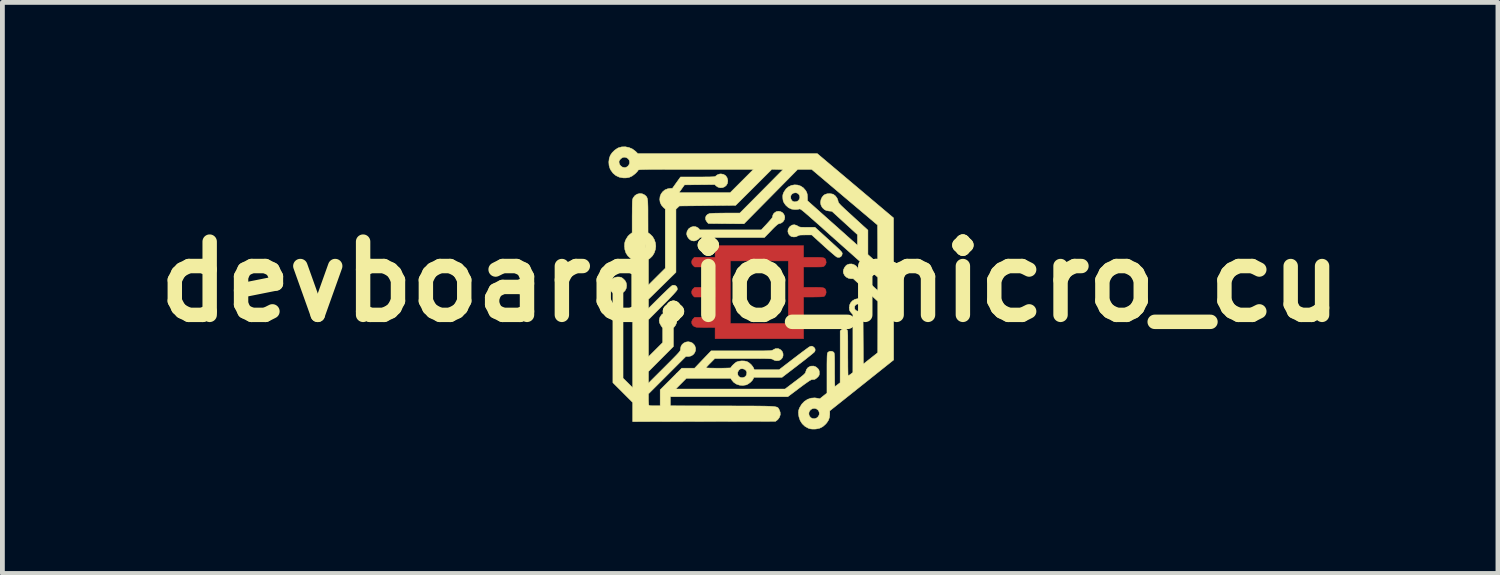
<source format=kicad_pcb>
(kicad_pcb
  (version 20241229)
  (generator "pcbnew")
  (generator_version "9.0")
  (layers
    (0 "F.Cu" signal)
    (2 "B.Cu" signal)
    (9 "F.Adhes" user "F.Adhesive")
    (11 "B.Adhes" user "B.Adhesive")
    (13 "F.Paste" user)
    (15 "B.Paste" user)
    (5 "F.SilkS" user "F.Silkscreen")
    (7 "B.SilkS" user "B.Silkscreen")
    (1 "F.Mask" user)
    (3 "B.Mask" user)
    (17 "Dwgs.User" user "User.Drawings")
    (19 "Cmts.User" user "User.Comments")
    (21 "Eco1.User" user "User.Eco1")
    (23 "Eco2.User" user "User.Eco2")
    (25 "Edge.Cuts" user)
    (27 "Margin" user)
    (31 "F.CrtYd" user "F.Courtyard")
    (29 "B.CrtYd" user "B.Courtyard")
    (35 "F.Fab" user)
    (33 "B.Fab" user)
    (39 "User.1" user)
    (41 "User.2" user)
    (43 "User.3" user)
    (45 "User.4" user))
  (footprint "devboard.io_micro_cu"
    (layer "F.Cu")
    (at 12.562 2.813)
    (property "Reference" "devboard.io_micro_cu" (at 0 0 0) (layer "F.SilkS") (effects (font (size 1.524 1.524) (thickness 0.3))))
    (attr through_hole)
    (fp_poly (pts (xy 1.111 -0.508) (xy 1.315 -0.508) (xy 1.393 -0.508) (xy 1.452 -0.506) (xy 1.495 -0.503) (xy 1.526 -0.497) (xy 1.547 -0.489) (xy 1.561 -0.476) (xy 1.57 -0.458) (xy 1.576 -0.441) (xy 1.582 -0.396) (xy 1.566 -0.355) (xy 1.544 -0.329) (xy 1.534 -0.321) (xy 1.523 -0.316) (xy 1.507 -0.312) (xy 1.482 -0.309) (xy 1.446 -0.308) (xy 1.395 -0.307) (xy 1.327 -0.307) (xy 1.316 -0.307) (xy 1.111 -0.307) (xy 1.111 0.116) (xy 1.313 0.116) (xy 1.391 0.117) (xy 1.45 0.118) (xy 1.494 0.122) (xy 1.526 0.128) (xy 1.547 0.138) (xy 1.562 0.151) (xy 1.571 0.17) (xy 1.577 0.185) (xy 1.581 0.224) (xy 1.571 0.263) (xy 1.551 0.295) (xy 1.536 0.306) (xy 1.517 0.31) (xy 1.479 0.314) (xy 1.425 0.316) (xy 1.355 0.317) (xy 1.313 0.318) (xy 1.111 0.318) (xy 1.111 0.741) (xy 1.521 0.741) (xy 1.548 0.768) (xy 1.576 0.808) (xy 1.583 0.85) (xy 1.572 0.888) (xy 1.561 0.907) (xy 1.548 0.922) (xy 1.529 0.932) (xy 1.503 0.94) (xy 1.466 0.945) (xy 1.415 0.948) (xy 1.348 0.95) (xy 1.31 0.951) (xy 1.111 0.954) (xy 1.111 1.185) (xy -0.73 1.185) (xy -0.73 0.953) (xy -0.908 0.952) (xy -0.97 0.952) (xy -1.028 0.951) (xy -1.076 0.949) (xy -1.111 0.947) (xy -1.124 0.946) (xy -1.169 0.93) (xy -1.2 0.901) (xy -1.216 0.865) (xy -1.216 0.825) (xy -1.198 0.786) (xy -1.186 0.772) (xy -1.155 0.741) (xy -0.73 0.741) (xy -0.73 0.318) (xy -1.161 0.318) (xy -1.189 0.29) (xy -1.213 0.253) (xy -1.219 0.211) (xy -1.207 0.171) (xy -1.185 0.144) (xy -1.152 0.116) (xy -0.73 0.116) (xy -0.73 -0.307) (xy -0.941 -0.307) (xy -1.152 -0.307) (xy -1.185 -0.334) (xy -1.211 -0.369) (xy -1.219 -0.409) (xy -1.214 -0.434) (xy -0.413 -0.434) (xy -0.413 0.868) (xy 0.794 0.868) (xy 0.794 -0.434) (xy -0.413 -0.434) (xy -1.214 -0.434) (xy -1.21 -0.45) (xy -1.189 -0.48) (xy -1.161 -0.508) (xy -0.73 -0.508) (xy -0.73 -0.751) (xy 1.111 -0.751) (xy 1.111 -0.508)) (stroke (width 0.01) (type solid)) (fill yes) (layer "F.Cu"))
    (fp_poly (pts (xy 1.111 -0.508) (xy 1.315 -0.508) (xy 1.393 -0.508) (xy 1.452 -0.506) (xy 1.495 -0.503) (xy 1.526 -0.497) (xy 1.547 -0.489) (xy 1.561 -0.476) (xy 1.57 -0.458) (xy 1.576 -0.441) (xy 1.582 -0.396) (xy 1.566 -0.355) (xy 1.544 -0.329) (xy 1.534 -0.321) (xy 1.523 -0.316) (xy 1.507 -0.312) (xy 1.482 -0.309) (xy 1.446 -0.308) (xy 1.395 -0.307) (xy 1.327 -0.307) (xy 1.316 -0.307) (xy 1.111 -0.307) (xy 1.111 0.116) (xy 1.313 0.116) (xy 1.391 0.117) (xy 1.45 0.118) (xy 1.494 0.122) (xy 1.526 0.128) (xy 1.547 0.138) (xy 1.562 0.151) (xy 1.571 0.17) (xy 1.577 0.185) (xy 1.581 0.224) (xy 1.571 0.263) (xy 1.551 0.295) (xy 1.536 0.306) (xy 1.517 0.31) (xy 1.479 0.314) (xy 1.425 0.316) (xy 1.355 0.317) (xy 1.313 0.318) (xy 1.111 0.318) (xy 1.111 0.741) (xy 1.521 0.741) (xy 1.548 0.768) (xy 1.576 0.808) (xy 1.583 0.85) (xy 1.572 0.888) (xy 1.561 0.907) (xy 1.548 0.922) (xy 1.529 0.932) (xy 1.503 0.94) (xy 1.466 0.945) (xy 1.415 0.948) (xy 1.348 0.95) (xy 1.31 0.951) (xy 1.111 0.954) (xy 1.111 1.185) (xy -0.73 1.185) (xy -0.73 0.953) (xy -0.908 0.952) (xy -0.97 0.952) (xy -1.028 0.951) (xy -1.076 0.949) (xy -1.111 0.947) (xy -1.124 0.946) (xy -1.169 0.93) (xy -1.2 0.901) (xy -1.216 0.865) (xy -1.216 0.825) (xy -1.198 0.786) (xy -1.186 0.772) (xy -1.155 0.741) (xy -0.73 0.741) (xy -0.73 0.318) (xy -1.161 0.318) (xy -1.189 0.29) (xy -1.213 0.253) (xy -1.219 0.211) (xy -1.207 0.171) (xy -1.185 0.144) (xy -1.152 0.116) (xy -0.73 0.116) (xy -0.73 -0.307) (xy -0.941 -0.307) (xy -1.152 -0.307) (xy -1.185 -0.334) (xy -1.211 -0.369) (xy -1.219 -0.409) (xy -1.214 -0.434) (xy -0.413 -0.434) (xy -0.413 0.868) (xy 0.794 0.868) (xy 0.794 -0.434) (xy -0.413 -0.434) (xy -1.214 -0.434) (xy -1.21 -0.45) (xy -1.189 -0.48) (xy -1.161 -0.508) (xy -0.73 -0.508) (xy -0.73 -0.751) (xy 1.111 -0.751) (xy 1.111 -0.508)) (stroke (width 0.01) (type solid)) (fill yes) (layer "F.Mask"))
    (fp_poly (pts (xy 0.63 -1.46) (xy 0.669 -1.44) (xy 0.699 -1.407) (xy 0.717 -1.364) (xy 0.72 -1.338) (xy 0.71 -1.29) (xy 0.683 -1.249) (xy 0.644 -1.221) (xy 0.614 -1.212) (xy 0.597 -1.207) (xy 0.58 -1.199) (xy 0.559 -1.184) (xy 0.532 -1.16) (xy 0.496 -1.126) (xy 0.45 -1.079) (xy 0.435 -1.063) (xy 0.297 -0.921) (xy -1.044 -0.921) (xy -1.069 -0.894) (xy -1.091 -0.877) (xy -1.121 -0.862) (xy -1.151 -0.851) (xy -1.173 -0.848) (xy -1.175 -0.848) (xy -1.188 -0.851) (xy -1.21 -0.854) (xy -1.235 -0.864) (xy -1.264 -0.885) (xy -1.275 -0.895) (xy -1.308 -0.941) (xy -1.322 -0.991) (xy -1.315 -1.042) (xy -1.289 -1.09) (xy -1.275 -1.106) (xy -1.231 -1.136) (xy -1.181 -1.149) (xy -1.131 -1.144) (xy -1.085 -1.121) (xy -1.065 -1.102) (xy -1.044 -1.079) (xy 0.231 -1.079) (xy 0.346 -1.202) (xy 0.385 -1.245) (xy 0.419 -1.284) (xy 0.445 -1.315) (xy 0.46 -1.336) (xy 0.463 -1.342) (xy 0.471 -1.38) (xy 0.481 -1.405) (xy 0.497 -1.425) (xy 0.503 -1.431) (xy 0.542 -1.458) (xy 0.586 -1.467) (xy 0.63 -1.46)) (stroke (width 0.01) (type solid)) (fill yes) (layer "F.SilkS"))
    (fp_poly (pts (xy 0.967 -1.172) (xy 0.989 -1.159) (xy 1.005 -1.149) (xy 1.02 -1.142) (xy 1.04 -1.137) (xy 1.067 -1.134) (xy 1.106 -1.133) (xy 1.16 -1.132) (xy 1.188 -1.132) (xy 1.349 -1.132) (xy 1.572 -0.93) (xy 1.654 -0.855) (xy 1.722 -0.793) (xy 1.777 -0.743) (xy 1.821 -0.702) (xy 1.854 -0.671) (xy 1.878 -0.646) (xy 1.895 -0.628) (xy 1.906 -0.614) (xy 1.912 -0.604) (xy 1.915 -0.595) (xy 1.916 -0.587) (xy 1.916 -0.586) (xy 1.907 -0.546) (xy 1.883 -0.519) (xy 1.85 -0.506) (xy 1.81 -0.511) (xy 1.804 -0.513) (xy 1.788 -0.524) (xy 1.76 -0.546) (xy 1.72 -0.58) (xy 1.671 -0.622) (xy 1.615 -0.671) (xy 1.554 -0.725) (xy 1.527 -0.75) (xy 1.281 -0.974) (xy 1.147 -0.974) (xy 1.091 -0.973) (xy 1.051 -0.972) (xy 1.024 -0.969) (xy 1.005 -0.963) (xy 0.991 -0.955) (xy 0.987 -0.953) (xy 0.952 -0.936) (xy 0.907 -0.932) (xy 0.863 -0.94) (xy 0.852 -0.944) (xy 0.829 -0.961) (xy 0.806 -0.987) (xy 0.803 -0.992) (xy 0.785 -1.038) (xy 0.788 -1.085) (xy 0.811 -1.13) (xy 0.83 -1.151) (xy 0.873 -1.179) (xy 0.919 -1.186) (xy 0.967 -1.172)) (stroke (width 0.01) (type solid)) (fill yes) (layer "F.SilkS"))
    (fp_poly (pts (xy -2.523 -2.793) (xy -2.452 -2.763) (xy -2.39 -2.717) (xy -2.382 -2.71) (xy -2.339 -2.667) (xy 1.395 -2.667) (xy 2.983 -1.328) (xy 2.984 0.15) (xy 2.985 1.628) (xy 2.32 2.158) (xy 1.656 2.687) (xy 1.656 2.759) (xy 1.649 2.823) (xy 1.63 2.88) (xy 1.595 2.934) (xy 1.566 2.967) (xy 1.51 3.016) (xy 1.447 3.048) (xy 1.373 3.064) (xy 1.344 3.066) (xy 1.292 3.066) (xy 1.251 3.061) (xy 1.211 3.048) (xy 1.207 3.047) (xy 1.14 3.009) (xy 1.083 2.955) (xy 1.041 2.889) (xy 1.015 2.813) (xy 1.007 2.755) (xy 1.007 2.729) (xy 1.221 2.729) (xy 1.224 2.77) (xy 1.233 2.794) (xy 1.261 2.829) (xy 1.299 2.848) (xy 1.342 2.851) (xy 1.383 2.836) (xy 1.41 2.814) (xy 1.435 2.774) (xy 1.44 2.731) (xy 1.426 2.689) (xy 1.408 2.666) (xy 1.372 2.642) (xy 1.332 2.634) (xy 1.294 2.642) (xy 1.26 2.662) (xy 1.235 2.692) (xy 1.221 2.729) (xy 1.007 2.729) (xy 1.006 2.709) (xy 1.01 2.674) (xy 1.021 2.641) (xy 1.029 2.622) (xy 1.073 2.549) (xy 1.129 2.49) (xy 1.194 2.448) (xy 1.267 2.423) (xy 1.345 2.417) (xy 1.392 2.424) (xy 1.449 2.436) (xy 1.524 2.376) (xy 1.598 2.317) (xy 1.598 1.906) (xy 1.598 1.801) (xy 1.598 1.716) (xy 1.599 1.647) (xy 1.6 1.594) (xy 1.601 1.553) (xy 1.603 1.524) (xy 1.605 1.503) (xy 1.608 1.488) (xy 1.612 1.478) (xy 1.617 1.471) (xy 1.618 1.47) (xy 1.646 1.451) (xy 1.681 1.446) (xy 1.717 1.454) (xy 1.735 1.465) (xy 1.741 1.471) (xy 1.746 1.479) (xy 1.749 1.491) (xy 1.752 1.509) (xy 1.754 1.536) (xy 1.756 1.573) (xy 1.756 1.623) (xy 1.757 1.689) (xy 1.757 1.772) (xy 1.757 1.833) (xy 1.757 1.916) (xy 1.758 1.992) (xy 1.758 2.059) (xy 1.759 2.113) (xy 1.761 2.153) (xy 1.762 2.176) (xy 1.763 2.18) (xy 1.774 2.174) (xy 1.797 2.159) (xy 1.821 2.14) (xy 1.872 2.101) (xy 1.873 1.563) (xy 1.873 1.026) (xy 1.899 1) (xy 1.933 0.978) (xy 1.97 0.976) (xy 2.005 0.992) (xy 2.009 0.995) (xy 2.014 1.001) (xy 2.019 1.007) (xy 2.023 1.016) (xy 2.026 1.03) (xy 2.028 1.051) (xy 2.029 1.081) (xy 2.031 1.12) (xy 2.031 1.173) (xy 2.032 1.239) (xy 2.032 1.322) (xy 2.032 1.424) (xy 2.032 1.487) (xy 2.032 1.585) (xy 2.033 1.676) (xy 2.033 1.757) (xy 2.034 1.828) (xy 2.035 1.885) (xy 2.036 1.927) (xy 2.038 1.952) (xy 2.039 1.958) (xy 2.051 1.952) (xy 2.073 1.937) (xy 2.091 1.924) (xy 2.137 1.889) (xy 2.138 1.288) (xy 2.138 0.686) (xy 2.101 0.643) (xy 2.078 0.613) (xy 2.067 0.587) (xy 2.064 0.554) (xy 2.064 0.543) (xy 2.064 0.541) (xy 2.17 0.541) (xy 2.179 0.574) (xy 2.202 0.599) (xy 2.233 0.612) (xy 2.267 0.61) (xy 2.297 0.593) (xy 2.314 0.563) (xy 2.317 0.527) (xy 2.307 0.494) (xy 2.297 0.482) (xy 2.264 0.464) (xy 2.23 0.464) (xy 2.199 0.479) (xy 2.177 0.506) (xy 2.17 0.541) (xy 2.064 0.541) (xy 2.07 0.484) (xy 2.091 0.438) (xy 2.127 0.398) (xy 2.18 0.366) (xy 2.236 0.353) (xy 2.291 0.359) (xy 2.342 0.382) (xy 2.385 0.423) (xy 2.408 0.46) (xy 2.427 0.514) (xy 2.429 0.563) (xy 2.411 0.612) (xy 2.386 0.65) (xy 2.349 0.697) (xy 2.355 1.714) (xy 2.505 1.595) (xy 2.655 1.476) (xy 2.656 0.941) (xy 2.656 0.407) (xy 2.401 0.172) (xy 2.145 -0.064) (xy 2.095 -0.064) (xy 2.044 -0.073) (xy 1.998 -0.098) (xy 1.962 -0.136) (xy 1.941 -0.182) (xy 1.937 -0.215) (xy 1.945 -0.256) (xy 1.966 -0.299) (xy 1.995 -0.335) (xy 2.014 -0.35) (xy 2.062 -0.368) (xy 2.113 -0.37) (xy 2.161 -0.355) (xy 2.203 -0.328) (xy 2.235 -0.29) (xy 2.252 -0.244) (xy 2.254 -0.221) (xy 2.255 -0.208) (xy 2.259 -0.195) (xy 2.268 -0.18) (xy 2.284 -0.161) (xy 2.309 -0.136) (xy 2.344 -0.102) (xy 2.392 -0.057) (xy 2.431 -0.02) (xy 2.483 0.028) (xy 2.532 0.072) (xy 2.573 0.11) (xy 2.606 0.14) (xy 2.627 0.158) (xy 2.632 0.162) (xy 2.656 0.181) (xy 2.656 -0.092) (xy 2.348 -0.366) (xy 2.281 -0.426) (xy 2.2 -0.497) (xy 2.11 -0.578) (xy 2.012 -0.665) (xy 1.908 -0.757) (xy 1.803 -0.851) (xy 1.698 -0.944) (xy 1.596 -1.035) (xy 1.544 -1.082) (xy 1.443 -1.172) (xy 1.356 -1.249) (xy 1.283 -1.313) (xy 1.222 -1.367) (xy 1.172 -1.41) (xy 1.132 -1.445) (xy 1.1 -1.471) (xy 1.076 -1.49) (xy 1.058 -1.503) (xy 1.044 -1.511) (xy 1.034 -1.514) (xy 1.027 -1.515) (xy 1.021 -1.513) (xy 0.995 -1.507) (xy 0.958 -1.504) (xy 0.933 -1.503) (xy 0.861 -1.512) (xy 0.798 -1.541) (xy 0.745 -1.588) (xy 0.724 -1.615) (xy 0.7 -1.652) (xy 0.687 -1.683) (xy 0.681 -1.719) (xy 0.679 -1.744) (xy 0.679 -1.749) (xy 0.841 -1.749) (xy 0.851 -1.716) (xy 0.868 -1.69) (xy 0.886 -1.673) (xy 0.886 -1.673) (xy 0.924 -1.662) (xy 0.965 -1.667) (xy 1 -1.685) (xy 1.025 -1.719) (xy 1.034 -1.757) (xy 1.027 -1.794) (xy 1.007 -1.825) (xy 0.976 -1.846) (xy 0.942 -1.852) (xy 0.898 -1.844) (xy 0.865 -1.821) (xy 0.845 -1.788) (xy 0.841 -1.749) (xy 0.679 -1.749) (xy 0.678 -1.787) (xy 0.683 -1.819) (xy 0.695 -1.85) (xy 0.706 -1.873) (xy 0.748 -1.933) (xy 0.8 -1.977) (xy 0.86 -2.005) (xy 0.924 -2.016) (xy 0.988 -2.012) (xy 1.05 -1.991) (xy 1.106 -1.954) (xy 1.153 -1.9) (xy 1.161 -1.887) (xy 1.178 -1.854) (xy 1.187 -1.822) (xy 1.191 -1.782) (xy 1.192 -1.761) (xy 1.193 -1.685) (xy 1.689 -1.243) (xy 1.777 -1.165) (xy 1.861 -1.09) (xy 1.939 -1.021) (xy 2.009 -0.958) (xy 2.072 -0.902) (xy 2.124 -0.855) (xy 2.166 -0.819) (xy 2.194 -0.793) (xy 2.208 -0.78) (xy 2.209 -0.78) (xy 2.233 -0.758) (xy 2.233 -0.98) (xy 1.967 -1.223) (xy 1.701 -1.466) (xy 1.639 -1.472) (xy 1.586 -1.482) (xy 1.545 -1.502) (xy 1.509 -1.536) (xy 1.496 -1.552) (xy 1.472 -1.599) (xy 1.465 -1.653) (xy 1.473 -1.707) (xy 1.496 -1.758) (xy 1.531 -1.799) (xy 1.558 -1.816) (xy 1.601 -1.83) (xy 1.652 -1.833) (xy 1.702 -1.827) (xy 1.733 -1.817) (xy 1.775 -1.784) (xy 1.808 -1.739) (xy 1.827 -1.689) (xy 1.829 -1.68) (xy 1.831 -1.668) (xy 1.834 -1.657) (xy 1.841 -1.644) (xy 1.853 -1.628) (xy 1.871 -1.608) (xy 1.896 -1.582) (xy 1.931 -1.549) (xy 1.976 -1.506) (xy 2.034 -1.453) (xy 2.104 -1.389) (xy 2.142 -1.354) (xy 2.45 -1.073) (xy 2.45 -0.566) (xy 2.547 -0.479) (xy 2.585 -0.445) (xy 2.616 -0.418) (xy 2.639 -0.399) (xy 2.65 -0.392) (xy 2.65 -0.392) (xy 2.652 -0.402) (xy 2.653 -0.431) (xy 2.654 -0.476) (xy 2.654 -0.536) (xy 2.654 -0.608) (xy 2.654 -0.689) (xy 2.654 -0.777) (xy 2.654 -0.786) (xy 2.651 -1.18) (xy 1.965 -1.759) (xy 1.279 -2.339) (xy 1.134 -2.339) (xy 0.99 -2.339) (xy 0.43 -1.772) (xy -0.129 -1.206) (xy -0.5 -1.209) (xy -0.87 -1.212) (xy -0.9 -1.246) (xy -0.925 -1.287) (xy -0.93 -1.329) (xy -0.918 -1.368) (xy -0.889 -1.399) (xy -0.849 -1.418) (xy -0.827 -1.421) (xy -0.787 -1.423) (xy -0.731 -1.426) (xy -0.663 -1.427) (xy -0.584 -1.428) (xy -0.512 -1.429) (xy -0.215 -1.429) (xy 0.234 -1.881) (xy 0.683 -2.334) (xy 0.567 -2.337) (xy 0.451 -2.34) (xy 0.075 -1.965) (xy -0.302 -1.59) (xy -1.473 -1.577) (xy -1.509 -1.543) (xy -1.545 -1.509) (xy -1.545 -0.852) (xy -1.545 -0.196) (xy -2.117 0.365) (xy -2.117 0.555) (xy -1.881 0.32) (xy -1.822 0.262) (xy -1.767 0.209) (xy -1.717 0.161) (xy -1.676 0.123) (xy -1.644 0.095) (xy -1.624 0.079) (xy -1.619 0.076) (xy -1.582 0.072) (xy -1.549 0.085) (xy -1.525 0.11) (xy -1.516 0.145) (xy -1.518 0.166) (xy -1.528 0.183) (xy -1.554 0.214) (xy -1.595 0.26) (xy -1.652 0.32) (xy -1.724 0.395) (xy -1.812 0.483) (xy -1.821 0.492) (xy -2.117 0.789) (xy -2.117 1.175) (xy -2.117 1.561) (xy -1.968 1.413) (xy -1.82 1.265) (xy -1.82 0.965) (xy -1.857 0.91) (xy -1.886 0.856) (xy -1.894 0.805) (xy -1.883 0.753) (xy -1.873 0.73) (xy -1.838 0.681) (xy -1.791 0.647) (xy -1.739 0.629) (xy -1.684 0.628) (xy -1.63 0.645) (xy -1.582 0.679) (xy -1.573 0.687) (xy -1.539 0.739) (xy -1.525 0.796) (xy -1.53 0.853) (xy -1.556 0.908) (xy -1.566 0.922) (xy -1.598 0.962) (xy -1.598 1.348) (xy -1.857 1.608) (xy -2.117 1.869) (xy -2.117 2.111) (xy -1.783 1.778) (xy -1.704 1.699) (xy -1.638 1.633) (xy -1.585 1.579) (xy -1.543 1.536) (xy -1.511 1.502) (xy -1.487 1.475) (xy -1.47 1.455) (xy -1.46 1.439) (xy -1.453 1.427) (xy -1.451 1.416) (xy -1.45 1.406) (xy -1.45 1.402) (xy -1.441 1.35) (xy -1.417 1.307) (xy -1.381 1.276) (xy -1.338 1.256) (xy -1.291 1.249) (xy -1.243 1.257) (xy -1.199 1.278) (xy -1.163 1.316) (xy -1.152 1.333) (xy -1.136 1.384) (xy -1.138 1.434) (xy -1.156 1.48) (xy -1.189 1.519) (xy -1.232 1.545) (xy -1.285 1.556) (xy -1.29 1.556) (xy -1.339 1.556) (xy -1.728 1.945) (xy -2.117 2.334) (xy -2.117 2.441) (xy -2.116 2.488) (xy -2.114 2.529) (xy -2.112 2.557) (xy -2.11 2.566) (xy -2.104 2.573) (xy -2.09 2.578) (xy -2.063 2.581) (xy -2.022 2.582) (xy -1.989 2.582) (xy -1.873 2.582) (xy -1.873 2.249) (xy -1.648 2.024) (xy -1.543 1.919) (xy -0.262 1.919) (xy -0.251 1.953) (xy -0.227 1.979) (xy -0.194 1.995) (xy -0.154 1.997) (xy -0.117 1.985) (xy -0.089 1.96) (xy -0.075 1.933) (xy -0.069 1.889) (xy -0.083 1.852) (xy -0.111 1.825) (xy -0.153 1.811) (xy -0.171 1.81) (xy -0.203 1.814) (xy -0.228 1.832) (xy -0.237 1.842) (xy -0.259 1.881) (xy -0.262 1.919) (xy -1.543 1.919) (xy -1.423 1.799) (xy -1.156 1.799) (xy -0.985 1.619) (xy -0.813 1.439) (xy -0.183 1.439) (xy -0.052 1.439) (xy 0.06 1.439) (xy 0.154 1.439) (xy 0.232 1.439) (xy 0.295 1.438) (xy 0.345 1.437) (xy 0.385 1.436) (xy 0.414 1.434) (xy 0.436 1.432) (xy 0.451 1.429) (xy 0.462 1.426) (xy 0.47 1.422) (xy 0.475 1.419) (xy 0.523 1.394) (xy 0.571 1.391) (xy 0.596 1.396) (xy 0.639 1.42) (xy 0.669 1.456) (xy 0.684 1.498) (xy 0.684 1.543) (xy 0.668 1.585) (xy 0.636 1.621) (xy 0.629 1.626) (xy 0.589 1.641) (xy 0.542 1.643) (xy 0.498 1.632) (xy 0.479 1.621) (xy 0.472 1.616) (xy 0.464 1.612) (xy 0.453 1.608) (xy 0.439 1.606) (xy 0.419 1.603) (xy 0.391 1.602) (xy 0.355 1.6) (xy 0.307 1.599) (xy 0.246 1.599) (xy 0.171 1.598) (xy 0.08 1.598) (xy -0.029 1.598) (xy -0.145 1.598) (xy -0.736 1.598) (xy -0.828 1.691) (xy -0.864 1.727) (xy -0.893 1.758) (xy -0.913 1.78) (xy -0.921 1.791) (xy -0.921 1.791) (xy -0.911 1.794) (xy -0.882 1.795) (xy -0.838 1.797) (xy -0.782 1.798) (xy -0.716 1.799) (xy -0.661 1.799) (xy -0.59 1.799) (xy -0.526 1.798) (xy -0.472 1.796) (xy -0.432 1.795) (xy -0.408 1.792) (xy -0.402 1.79) (xy -0.394 1.774) (xy -0.375 1.749) (xy -0.347 1.721) (xy -0.317 1.695) (xy -0.29 1.674) (xy -0.282 1.67) (xy -0.235 1.655) (xy -0.177 1.648) (xy -0.119 1.65) (xy -0.068 1.662) (xy -0.062 1.664) (xy -0.021 1.689) (xy 0.02 1.725) (xy 0.054 1.767) (xy 0.07 1.795) (xy 0.085 1.831) (xy 0.603 1.831) (xy 0.902 1.601) (xy 0.973 1.547) (xy 1.04 1.496) (xy 1.1 1.451) (xy 1.153 1.412) (xy 1.194 1.382) (xy 1.223 1.361) (xy 1.237 1.353) (xy 1.27 1.341) (xy 1.298 1.345) (xy 1.328 1.366) (xy 1.331 1.369) (xy 1.351 1.399) (xy 1.351 1.434) (xy 1.341 1.457) (xy 1.33 1.468) (xy 1.304 1.491) (xy 1.265 1.523) (xy 1.215 1.563) (xy 1.155 1.611) (xy 1.088 1.663) (xy 1.015 1.719) (xy 0.995 1.735) (xy 0.662 1.99) (xy 0.077 1.99) (xy 0.063 2.022) (xy 0.042 2.055) (xy 0.007 2.091) (xy -0.034 2.122) (xy -0.074 2.144) (xy -0.083 2.147) (xy -0.154 2.158) (xy -0.223 2.152) (xy -0.288 2.13) (xy -0.343 2.093) (xy -0.382 2.046) (xy -0.404 2.011) (xy -1.329 2.011) (xy -1.55 2.233) (xy 0.726 2.233) (xy 0.937 2.073) (xy 1.004 2.023) (xy 1.055 1.983) (xy 1.094 1.952) (xy 1.121 1.928) (xy 1.138 1.91) (xy 1.149 1.896) (xy 1.154 1.883) (xy 1.154 1.88) (xy 1.173 1.825) (xy 1.206 1.784) (xy 1.253 1.76) (xy 1.264 1.757) (xy 1.319 1.755) (xy 1.368 1.773) (xy 1.407 1.805) (xy 1.428 1.833) (xy 1.437 1.86) (xy 1.439 1.896) (xy 1.438 1.93) (xy 1.43 1.954) (xy 1.412 1.977) (xy 1.398 1.991) (xy 1.371 2.014) (xy 1.346 2.03) (xy 1.335 2.033) (xy 1.306 2.035) (xy 1.283 2.036) (xy 1.265 2.043) (xy 1.233 2.061) (xy 1.186 2.093) (xy 1.124 2.137) (xy 1.047 2.194) (xy 1.019 2.215) (xy 0.784 2.392) (xy -1.662 2.392) (xy -1.662 2.582) (xy -0.574 2.585) (xy -0.395 2.585) (xy -0.235 2.586) (xy -0.095 2.586) (xy 0.029 2.586) (xy 0.135 2.587) (xy 0.227 2.588) (xy 0.305 2.589) (xy 0.37 2.591) (xy 0.424 2.593) (xy 0.468 2.596) (xy 0.503 2.599) (xy 0.53 2.604) (xy 0.55 2.609) (xy 0.565 2.614) (xy 0.576 2.621) (xy 0.584 2.629) (xy 0.59 2.638) (xy 0.596 2.649) (xy 0.602 2.66) (xy 0.604 2.663) (xy 0.624 2.715) (xy 0.626 2.769) (xy 0.609 2.821) (xy 0.576 2.867) (xy 0.557 2.883) (xy 0.528 2.905) (xy -0.959 2.908) (xy -2.445 2.911) (xy -2.445 2.513) (xy -2.651 2.307) (xy -2.857 2.101) (xy -2.857 0.241) (xy -2.889 0.201) (xy -2.922 0.152) (xy -2.937 0.108) (xy -2.938 0.062) (xy -2.937 0.059) (xy -2.918 -0.002) (xy -2.884 -0.05) (xy -2.835 -0.082) (xy -2.775 -0.098) (xy -2.751 -0.099) (xy -2.711 -0.097) (xy -2.682 -0.089) (xy -2.654 -0.072) (xy -2.651 -0.069) (xy -2.606 -0.026) (xy -2.58 0.023) (xy -2.572 0.077) (xy -2.58 0.138) (xy -2.605 0.186) (xy -2.624 0.205) (xy -2.646 0.226) (xy -2.646 2.006) (xy -2.545 2.106) (xy -2.445 2.206) (xy -2.445 -0.453) (xy -2.484 -0.482) (xy -2.544 -0.536) (xy -2.585 -0.598) (xy -2.608 -0.669) (xy -2.614 -0.741) (xy -2.402 -0.741) (xy -2.393 -0.698) (xy -2.369 -0.664) (xy -2.335 -0.642) (xy -2.295 -0.634) (xy -2.254 -0.639) (xy -2.216 -0.661) (xy -2.204 -0.672) (xy -2.184 -0.71) (xy -2.18 -0.752) (xy -2.193 -0.791) (xy -2.22 -0.824) (xy -2.258 -0.845) (xy -2.26 -0.845) (xy -2.305 -0.848) (xy -2.346 -0.834) (xy -2.379 -0.806) (xy -2.399 -0.767) (xy -2.402 -0.741) (xy -2.614 -0.741) (xy -2.614 -0.742) (xy -2.613 -0.789) (xy -2.607 -0.825) (xy -2.595 -0.859) (xy -2.581 -0.888) (xy -2.543 -0.948) (xy -2.502 -0.987) (xy -2.456 -1.021) (xy -2.456 -1.365) (xy -2.455 -1.46) (xy -2.455 -1.536) (xy -2.454 -1.595) (xy -2.453 -1.64) (xy -2.452 -1.674) (xy -2.449 -1.699) (xy -2.446 -1.717) (xy -2.441 -1.731) (xy -2.436 -1.743) (xy -2.431 -1.751) (xy -2.396 -1.795) (xy -2.35 -1.823) (xy -2.299 -1.835) (xy -2.247 -1.83) (xy -2.198 -1.807) (xy -2.195 -1.804) (xy -2.177 -1.79) (xy -2.163 -1.776) (xy -2.152 -1.76) (xy -2.143 -1.739) (xy -2.137 -1.711) (xy -2.132 -1.674) (xy -2.13 -1.625) (xy -2.128 -1.563) (xy -2.127 -1.484) (xy -2.127 -1.387) (xy -2.127 -1.363) (xy -2.126 -1.021) (xy -2.08 -0.987) (xy -2.032 -0.94) (xy -1.996 -0.879) (xy -1.972 -0.809) (xy -1.964 -0.741) (xy -1.973 -0.671) (xy -1.996 -0.602) (xy -2.032 -0.541) (xy -2.075 -0.497) (xy -2.117 -0.464) (xy -2.117 -0.198) (xy -2.117 0.069) (xy -1.942 -0.106) (xy -1.767 -0.28) (xy -1.767 -0.897) (xy -1.767 -1.514) (xy -1.806 -1.548) (xy -1.849 -1.598) (xy -1.874 -1.654) (xy -1.882 -1.712) (xy -1.876 -1.771) (xy -1.855 -1.826) (xy -1.82 -1.873) (xy -1.774 -1.911) (xy -1.717 -1.934) (xy -1.672 -1.941) (xy -1.618 -1.944) (xy -1.534 -2.062) (xy -1.449 -2.18) (xy -1.091 -2.18) (xy -0.993 -2.18) (xy -0.914 -2.181) (xy -0.852 -2.181) (xy -0.805 -2.183) (xy -0.771 -2.184) (xy -0.747 -2.187) (xy -0.731 -2.19) (xy -0.723 -2.194) (xy -0.719 -2.197) (xy -0.686 -2.223) (xy -0.642 -2.24) (xy -0.609 -2.244) (xy -0.555 -2.234) (xy -0.512 -2.208) (xy -0.482 -2.167) (xy -0.467 -2.114) (xy -0.466 -2.093) (xy -0.475 -2.043) (xy -0.5 -2.003) (xy -0.536 -1.974) (xy -0.58 -1.958) (xy -0.627 -1.956) (xy -0.673 -1.97) (xy -0.709 -1.995) (xy -0.737 -2.022) (xy -1.367 -2.016) (xy -1.483 -1.852) (xy -0.418 -1.852) (xy -0.175 -2.095) (xy 0.069 -2.339) (xy -1.129 -2.339) (xy -1.314 -2.339) (xy -1.478 -2.339) (xy -1.624 -2.339) (xy -1.752 -2.339) (xy -1.864 -2.338) (xy -1.96 -2.338) (xy -2.042 -2.338) (xy -2.111 -2.337) (xy -2.168 -2.336) (xy -2.214 -2.335) (xy -2.25 -2.334) (xy -2.278 -2.333) (xy -2.299 -2.331) (xy -2.314 -2.329) (xy -2.323 -2.327) (xy -2.329 -2.325) (xy -2.332 -2.322) (xy -2.333 -2.319) (xy -2.333 -2.318) (xy -2.344 -2.301) (xy -2.366 -2.276) (xy -2.395 -2.247) (xy -2.398 -2.245) (xy -2.457 -2.2) (xy -2.518 -2.172) (xy -2.585 -2.161) (xy -2.64 -2.161) (xy -2.723 -2.176) (xy -2.794 -2.209) (xy -2.854 -2.259) (xy -2.903 -2.327) (xy -2.918 -2.358) (xy -2.937 -2.421) (xy -2.942 -2.492) (xy -2.942 -2.493) (xy -2.731 -2.493) (xy -2.721 -2.448) (xy -2.696 -2.411) (xy -2.66 -2.385) (xy -2.617 -2.375) (xy -2.598 -2.376) (xy -2.57 -2.387) (xy -2.542 -2.408) (xy -2.537 -2.413) (xy -2.513 -2.452) (xy -2.508 -2.493) (xy -2.519 -2.532) (xy -2.544 -2.564) (xy -2.582 -2.586) (xy -2.625 -2.593) (xy -2.657 -2.584) (xy -2.69 -2.562) (xy -2.716 -2.533) (xy -2.73 -2.501) (xy -2.731 -2.493) (xy -2.942 -2.493) (xy -2.933 -2.564) (xy -2.911 -2.628) (xy -2.911 -2.628) (xy -2.873 -2.684) (xy -2.821 -2.736) (xy -2.763 -2.776) (xy -2.744 -2.786) (xy -2.674 -2.806) (xy -2.599 -2.808) (xy -2.523 -2.793)) (stroke (width 0.01) (type solid)) (fill yes) (layer "F.SilkS")))
  (gr_rect
    (start -3 -3)
    (end 28.124 8.884)
    (stroke (width 0.1) (type default))
    (fill no)
    (layer "Edge.Cuts")))
</source>
